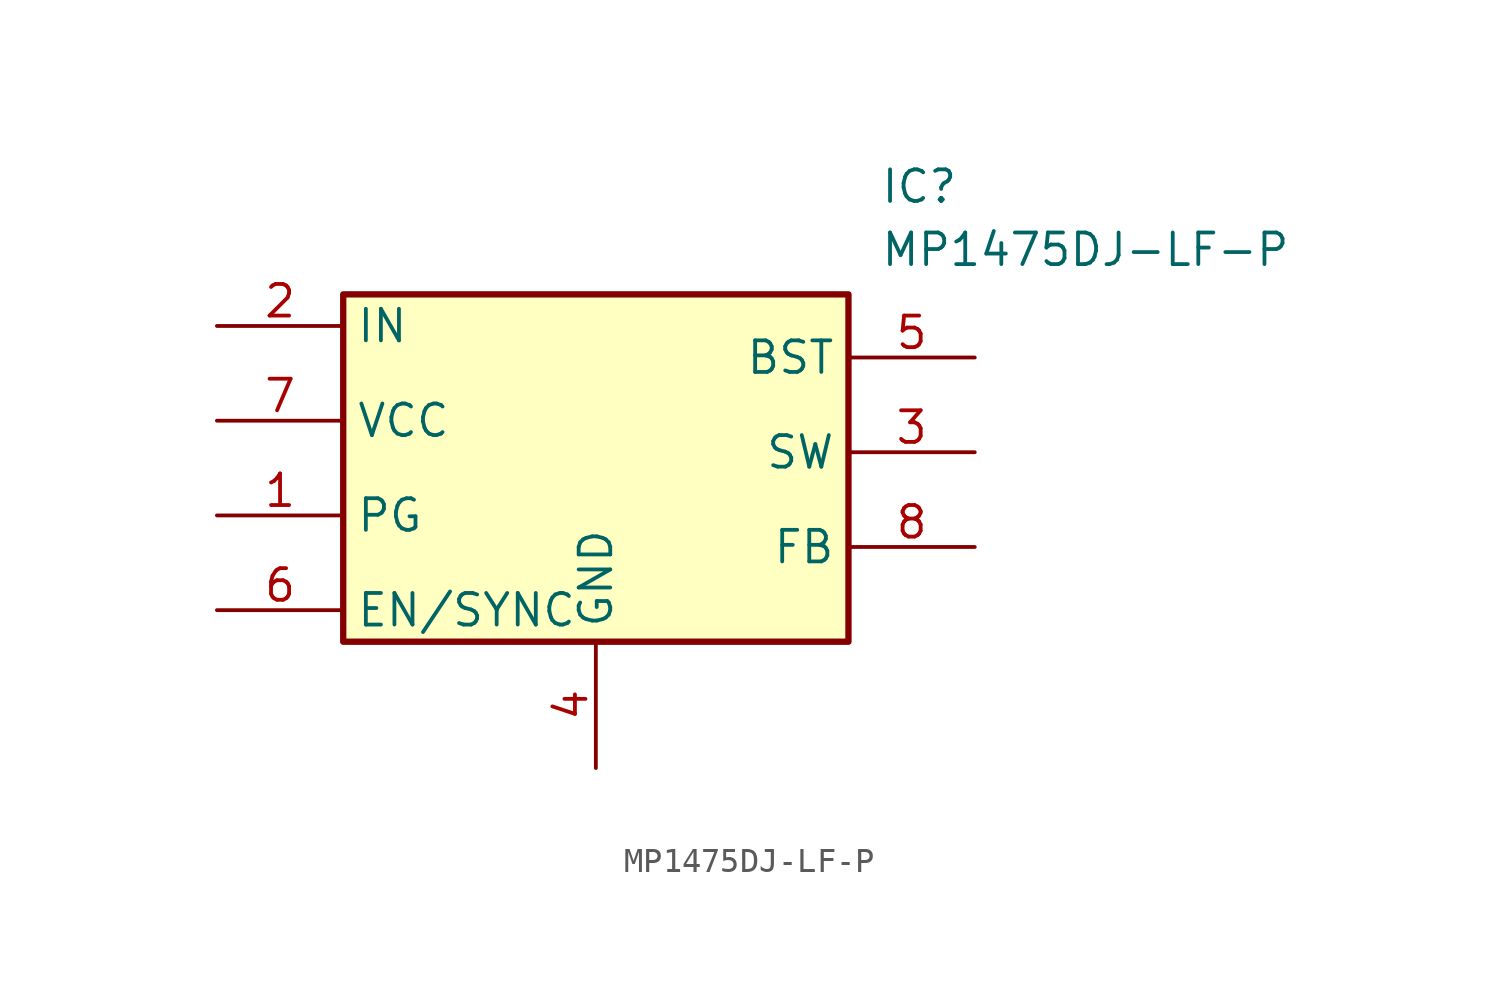
<source format=kicad_sym>
(kicad_symbol_lib
  (version 20241209)
  (generator "kicad_symbol_editor")
  (generator_version "9.0")
  (symbol "MP1475DJ-LF-P"
    (property "Reference" "IC"
      (at 26.67 7.62 0)
      (effects (font (size 1.27 1.27)) (justify left top)))
    (property "Value" "MP1475DJ-LF-P"
      (at 26.67 5.08 0)
      (effects (font (size 1.27 1.27)) (justify left top)))
    (symbol "MP1475DJ-LF-P_1_1"
      (rectangle (start 5.08 2.54) (end 25.4 -11.43) (stroke (width 0.254) (type default)) (fill (type background)))
      (pin passive line (at 0 1.27 0) (length 5.08) (name "IN" (effects (font (size 1.27 1.27)))) (number "2" (effects (font (size 1.27 1.27)))))
      (pin passive line (at 0 -2.54 0) (length 5.08) (name "VCC" (effects (font (size 1.27 1.27)))) (number "7" (effects (font (size 1.27 1.27)))))
      (pin passive line (at 0 -6.35 0) (length 5.08) (name "PG" (effects (font (size 1.27 1.27)))) (number "1" (effects (font (size 1.27 1.27)))))
      (pin passive line (at 0 -10.16 0) (length 5.08) (name "EN/SYNC" (effects (font (size 1.27 1.27)))) (number "6" (effects (font (size 1.27 1.27)))))
      (pin passive line (at 15.24 -16.51 90) (length 5.08) (name "GND" (effects (font (size 1.27 1.27)))) (number "4" (effects (font (size 1.27 1.27)))))
      (pin passive line (at 30.48 0 180) (length 5.08) (name "BST" (effects (font (size 1.27 1.27)))) (number "5" (effects (font (size 1.27 1.27)))))
      (pin passive line (at 30.48 -3.81 180) (length 5.08) (name "SW" (effects (font (size 1.27 1.27)))) (number "3" (effects (font (size 1.27 1.27)))))
      (pin passive line (at 30.48 -7.62 180) (length 5.08) (name "FB" (effects (font (size 1.27 1.27)))) (number "8" (effects (font (size 1.27 1.27))))))))
</source>
